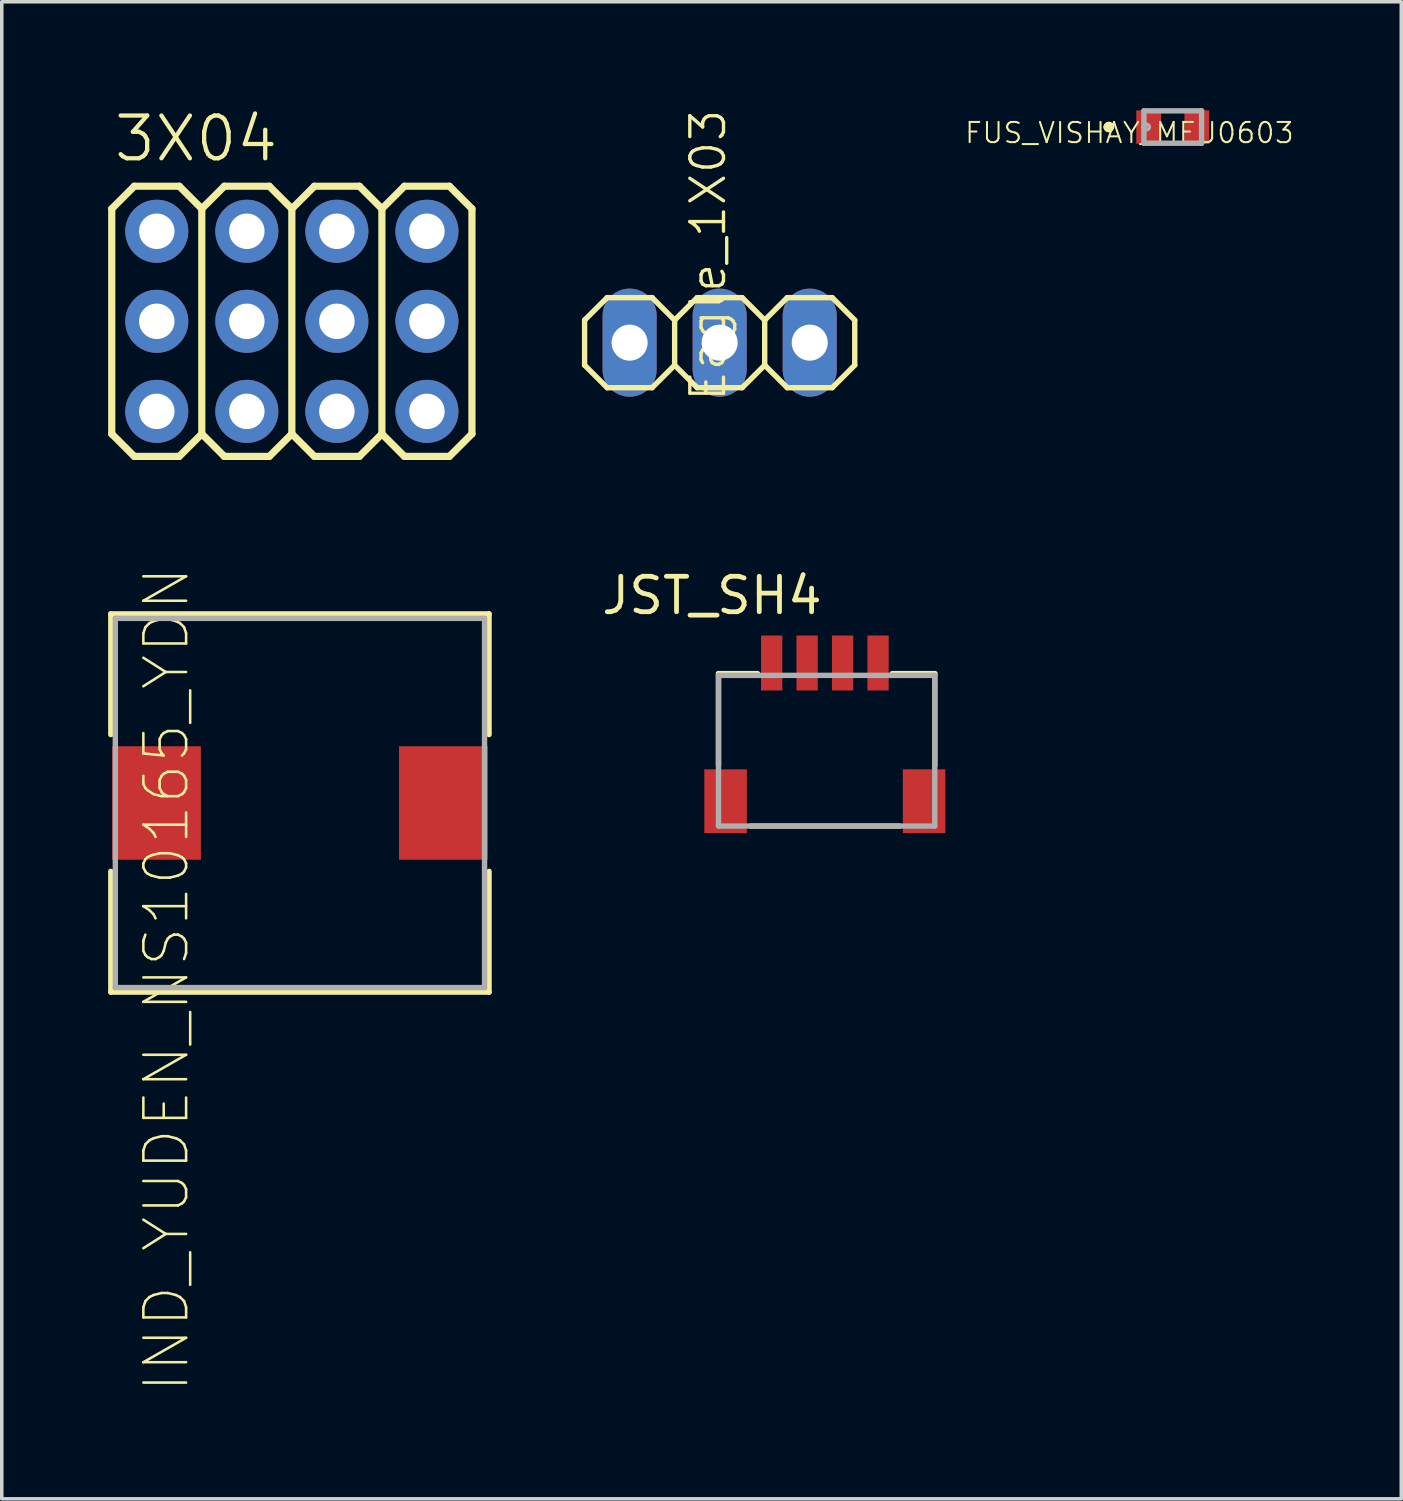
<source format=kicad_pcb>
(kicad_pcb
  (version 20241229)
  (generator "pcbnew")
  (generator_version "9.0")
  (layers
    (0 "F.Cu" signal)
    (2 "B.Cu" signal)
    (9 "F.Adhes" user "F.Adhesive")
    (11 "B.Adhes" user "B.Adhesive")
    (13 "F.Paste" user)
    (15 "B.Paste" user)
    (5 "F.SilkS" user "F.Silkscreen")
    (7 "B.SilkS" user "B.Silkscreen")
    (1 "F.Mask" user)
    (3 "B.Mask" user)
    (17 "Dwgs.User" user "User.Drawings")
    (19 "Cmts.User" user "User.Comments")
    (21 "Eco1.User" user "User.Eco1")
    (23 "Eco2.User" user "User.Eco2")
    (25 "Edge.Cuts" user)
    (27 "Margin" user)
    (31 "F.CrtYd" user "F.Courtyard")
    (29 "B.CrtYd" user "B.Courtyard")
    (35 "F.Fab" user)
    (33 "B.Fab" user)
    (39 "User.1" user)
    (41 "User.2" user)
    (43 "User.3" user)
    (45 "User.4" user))
  (footprint "3X04"
    (layer "F.Cu")
    (at 5.182 6.013)
    (property "Reference" "3X04" (at -5.08 -4.445 180) (layer "F.SilkS") (effects (font (size 1.206 1.206) (thickness 0.121)) (justify left bottom)))
    (attr through_hole)
    (fp_line (start -5.08 -3.175) (end -4.445 -3.81) (stroke (width 0.203) (type solid)) (layer "F.SilkS"))
    (fp_line (start -5.08 3.175) (end -5.08 -3.175) (stroke (width 0.203) (type solid)) (layer "F.SilkS"))
    (fp_line (start -5.08 3.175) (end -4.445 3.81) (stroke (width 0.203) (type solid)) (layer "F.SilkS"))
    (fp_line (start -4.445 -3.81) (end -3.175 -3.81) (stroke (width 0.203) (type solid)) (layer "F.SilkS"))
    (fp_line (start -4.445 3.81) (end -3.175 3.81) (stroke (width 0.203) (type solid)) (layer "F.SilkS"))
    (fp_line (start -3.175 -3.81) (end -2.54 -3.175) (stroke (width 0.203) (type solid)) (layer "F.SilkS"))
    (fp_line (start -3.175 3.81) (end -2.54 3.175) (stroke (width 0.203) (type solid)) (layer "F.SilkS"))
    (fp_line (start -2.54 -3.175) (end -2.54 3.175) (stroke (width 0.203) (type solid)) (layer "F.SilkS"))
    (fp_line (start -2.54 -3.175) (end -1.905 -3.81) (stroke (width 0.203) (type solid)) (layer "F.SilkS"))
    (fp_line (start -2.54 3.175) (end -1.905 3.81) (stroke (width 0.203) (type solid)) (layer "F.SilkS"))
    (fp_line (start -1.905 -3.81) (end -0.635 -3.81) (stroke (width 0.203) (type solid)) (layer "F.SilkS"))
    (fp_line (start -1.905 3.81) (end -0.635 3.81) (stroke (width 0.203) (type solid)) (layer "F.SilkS"))
    (fp_line (start -0.635 -3.81) (end 0 -3.175) (stroke (width 0.203) (type solid)) (layer "F.SilkS"))
    (fp_line (start -0.635 3.81) (end 0 3.175) (stroke (width 0.203) (type solid)) (layer "F.SilkS"))
    (fp_line (start 0 -3.175) (end 0 3.175) (stroke (width 0.203) (type solid)) (layer "F.SilkS"))
    (fp_line (start 0 -3.175) (end 0.635 -3.81) (stroke (width 0.203) (type solid)) (layer "F.SilkS"))
    (fp_line (start 0 3.175) (end 0.635 3.81) (stroke (width 0.203) (type solid)) (layer "F.SilkS"))
    (fp_line (start 0.635 -3.81) (end 1.905 -3.81) (stroke (width 0.203) (type solid)) (layer "F.SilkS"))
    (fp_line (start 0.635 3.81) (end 1.905 3.81) (stroke (width 0.203) (type solid)) (layer "F.SilkS"))
    (fp_line (start 1.905 -3.81) (end 2.54 -3.175) (stroke (width 0.203) (type solid)) (layer "F.SilkS"))
    (fp_line (start 1.905 3.81) (end 2.54 3.175) (stroke (width 0.203) (type solid)) (layer "F.SilkS"))
    (fp_line (start 2.54 -3.175) (end 2.54 3.175) (stroke (width 0.203) (type solid)) (layer "F.SilkS"))
    (fp_line (start 2.54 -3.175) (end 3.175 -3.81) (stroke (width 0.203) (type solid)) (layer "F.SilkS"))
    (fp_line (start 2.54 3.175) (end 3.175 3.81) (stroke (width 0.203) (type solid)) (layer "F.SilkS"))
    (fp_line (start 3.175 -3.81) (end 4.445 -3.81) (stroke (width 0.203) (type solid)) (layer "F.SilkS"))
    (fp_line (start 3.175 3.81) (end 4.445 3.81) (stroke (width 0.203) (type solid)) (layer "F.SilkS"))
    (fp_line (start 4.445 -3.81) (end 5.08 -3.175) (stroke (width 0.203) (type solid)) (layer "F.SilkS"))
    (fp_line (start 4.445 3.81) (end 5.08 3.175) (stroke (width 0.203) (type solid)) (layer "F.SilkS"))
    (fp_line (start 5.08 -3.175) (end 5.08 3.175) (stroke (width 0.203) (type solid)) (layer "F.SilkS"))
    (fp_poly (pts (xy -4.064 -2.286) (xy -3.556 -2.286) (xy -3.556 -2.794) (xy -4.064 -2.794)) (stroke (width 0.1) (type solid)) (fill no) (layer "F.Fab"))
    (fp_poly (pts (xy -4.064 0.254) (xy -3.556 0.254) (xy -3.556 -0.254) (xy -4.064 -0.254)) (stroke (width 0.1) (type solid)) (fill no) (layer "F.Fab"))
    (fp_poly (pts (xy -4.064 2.794) (xy -3.556 2.794) (xy -3.556 2.286) (xy -4.064 2.286)) (stroke (width 0.1) (type solid)) (fill no) (layer "F.Fab"))
    (fp_poly (pts (xy -1.524 -2.286) (xy -1.016 -2.286) (xy -1.016 -2.794) (xy -1.524 -2.794)) (stroke (width 0.1) (type solid)) (fill no) (layer "F.Fab"))
    (fp_poly (pts (xy -1.524 0.254) (xy -1.016 0.254) (xy -1.016 -0.254) (xy -1.524 -0.254)) (stroke (width 0.1) (type solid)) (fill no) (layer "F.Fab"))
    (fp_poly (pts (xy -1.524 2.794) (xy -1.016 2.794) (xy -1.016 2.286) (xy -1.524 2.286)) (stroke (width 0.1) (type solid)) (fill no) (layer "F.Fab"))
    (fp_poly (pts (xy 1.016 -2.286) (xy 1.524 -2.286) (xy 1.524 -2.794) (xy 1.016 -2.794)) (stroke (width 0.1) (type solid)) (fill no) (layer "F.Fab"))
    (fp_poly (pts (xy 1.016 0.254) (xy 1.524 0.254) (xy 1.524 -0.254) (xy 1.016 -0.254)) (stroke (width 0.1) (type solid)) (fill no) (layer "F.Fab"))
    (fp_poly (pts (xy 1.016 2.794) (xy 1.524 2.794) (xy 1.524 2.286) (xy 1.016 2.286)) (stroke (width 0.1) (type solid)) (fill no) (layer "F.Fab"))
    (fp_poly (pts (xy 3.556 -2.286) (xy 4.064 -2.286) (xy 4.064 -2.794) (xy 3.556 -2.794)) (stroke (width 0.1) (type solid)) (fill no) (layer "F.Fab"))
    (fp_poly (pts (xy 3.556 0.254) (xy 4.064 0.254) (xy 4.064 -0.254) (xy 3.556 -0.254)) (stroke (width 0.1) (type solid)) (fill no) (layer "F.Fab"))
    (fp_poly (pts (xy 3.556 2.794) (xy 4.064 2.794) (xy 4.064 2.286) (xy 3.556 2.286)) (stroke (width 0.1) (type solid)) (fill no) (layer "F.Fab"))
    (pad "1" thru_hole circle (at -3.81 2.54) (size 1.778 1.778) (drill 1) (layers "*.Cu" "*.Mask"))
    (pad "2" thru_hole circle (at -3.81 0) (size 1.778 1.778) (drill 1) (layers "*.Cu" "*.Mask"))
    (pad "3" thru_hole circle (at -3.81 -2.54) (size 1.778 1.778) (drill 1) (layers "*.Cu" "*.Mask"))
    (pad "4" thru_hole circle (at -1.27 2.54) (size 1.778 1.778) (drill 1) (layers "*.Cu" "*.Mask"))
    (pad "5" thru_hole circle (at -1.27 0) (size 1.778 1.778) (drill 1) (layers "*.Cu" "*.Mask"))
    (pad "6" thru_hole circle (at -1.27 -2.54) (size 1.778 1.778) (drill 1) (layers "*.Cu" "*.Mask"))
    (pad "7" thru_hole circle (at 1.27 2.54) (size 1.778 1.778) (drill 1) (layers "*.Cu" "*.Mask"))
    (pad "8" thru_hole circle (at 1.27 0) (size 1.778 1.778) (drill 1) (layers "*.Cu" "*.Mask"))
    (pad "9" thru_hole circle (at 1.27 -2.54) (size 1.778 1.778) (drill 1) (layers "*.Cu" "*.Mask"))
    (pad "10" thru_hole circle (at 3.81 2.54) (size 1.778 1.778) (drill 1) (layers "*.Cu" "*.Mask"))
    (pad "11" thru_hole circle (at 3.81 0) (size 1.778 1.778) (drill 1) (layers "*.Cu" "*.Mask"))
    (pad "12" thru_hole circle (at 3.81 -2.54) (size 1.778 1.778) (drill 1) (layers "*.Cu" "*.Mask")))
  (footprint "FUS_VISHAY_MFU0603"
    (layer "F.Cu")
    (at 30.029 0.533)
    (property "Reference" "FUS_VISHAY_MFU0603" (at -1.223 0.165 180) (layer "F.SilkS") (effects (font (size 0.57 0.57) (thickness 0.057))))
    (attr through_hole)
    (fp_arc (start -1.8796 0) (mid -1.8034 -0.0762) (end -1.7272 0) (stroke (width 0.1524) (type solid)) (layer "F.SilkS"))
    (fp_arc (start -1.7272 0) (mid -1.8034 0.0762) (end -1.8796 0) (stroke (width 0.1524) (type solid)) (layer "F.SilkS"))
    (fp_line (start -0.813 -0.457) (end -0.813 0) (stroke (width 0.152) (type solid)) (layer "F.Fab"))
    (fp_line (start -0.813 0) (end -0.813 0.457) (stroke (width 0.152) (type solid)) (layer "F.Fab"))
    (fp_line (start -0.813 0.457) (end 0.813 0.457) (stroke (width 0.152) (type solid)) (layer "F.Fab"))
    (fp_line (start 0.813 -0.457) (end -0.813 -0.457) (stroke (width 0.152) (type solid)) (layer "F.Fab"))
    (fp_line (start 0.813 0.457) (end 0.813 -0.457) (stroke (width 0.152) (type solid)) (layer "F.Fab"))
    (fp_arc (start -0.8128 0) (mid -0.7366 -0.0762) (end -0.6604 0) (stroke (width 0.1) (type solid)) (layer "F.Fab"))
    (fp_arc (start -0.6604 0) (mid -0.7366 0.0762) (end -0.8128 0) (stroke (width 0.1) (type solid)) (layer "F.Fab"))
    (pad "1" smd rect (at -0.679 0) (size 0.699 0.94) (layers "F.Cu" "F.Mask" "F.Paste"))
    (pad "2" smd rect (at 0.679 0) (size 0.699 0.94) (layers "F.Cu" "F.Mask" "F.Paste")))
  (footprint "Eagle_1X03"
    (layer "F.Cu")
    (at 17.249 6.615)
    (property "Reference" "Eagle_1X03" (at 0.229 1.714 270) (layer "F.SilkS") (effects (font (size 0.95 0.95) (thickness 0.095)) (justify left bottom)))
    (attr through_hole)
    (fp_line (start -3.81 -0.635) (end -3.81 0.635) (stroke (width 0.152) (type solid)) (layer "F.SilkS"))
    (fp_line (start -3.81 0.635) (end -3.175 1.27) (stroke (width 0.152) (type solid)) (layer "F.SilkS"))
    (fp_line (start -3.175 -1.27) (end -3.81 -0.635) (stroke (width 0.152) (type solid)) (layer "F.SilkS"))
    (fp_line (start -3.175 -1.27) (end -1.905 -1.27) (stroke (width 0.152) (type solid)) (layer "F.SilkS"))
    (fp_line (start -1.905 -1.27) (end -1.27 -0.635) (stroke (width 0.152) (type solid)) (layer "F.SilkS"))
    (fp_line (start -1.905 1.27) (end -3.175 1.27) (stroke (width 0.152) (type solid)) (layer "F.SilkS"))
    (fp_line (start -1.27 -0.635) (end -1.27 0.635) (stroke (width 0.152) (type solid)) (layer "F.SilkS"))
    (fp_line (start -1.27 -0.635) (end -0.635 -1.27) (stroke (width 0.152) (type solid)) (layer "F.SilkS"))
    (fp_line (start -1.27 0.635) (end -1.905 1.27) (stroke (width 0.152) (type solid)) (layer "F.SilkS"))
    (fp_line (start -0.635 -1.27) (end 0.635 -1.27) (stroke (width 0.152) (type solid)) (layer "F.SilkS"))
    (fp_line (start -0.635 1.27) (end -1.27 0.635) (stroke (width 0.152) (type solid)) (layer "F.SilkS"))
    (fp_line (start 0.635 -1.27) (end 1.27 -0.635) (stroke (width 0.152) (type solid)) (layer "F.SilkS"))
    (fp_line (start 0.635 1.27) (end -0.635 1.27) (stroke (width 0.152) (type solid)) (layer "F.SilkS"))
    (fp_line (start 1.27 -0.635) (end 1.27 0.635) (stroke (width 0.152) (type solid)) (layer "F.SilkS"))
    (fp_line (start 1.27 -0.635) (end 1.905 -1.27) (stroke (width 0.152) (type solid)) (layer "F.SilkS"))
    (fp_line (start 1.27 0.635) (end 0.635 1.27) (stroke (width 0.152) (type solid)) (layer "F.SilkS"))
    (fp_line (start 1.905 -1.27) (end 3.175 -1.27) (stroke (width 0.152) (type solid)) (layer "F.SilkS"))
    (fp_line (start 1.905 1.27) (end 1.27 0.635) (stroke (width 0.152) (type solid)) (layer "F.SilkS"))
    (fp_line (start 3.175 -1.27) (end 3.81 -0.635) (stroke (width 0.152) (type solid)) (layer "F.SilkS"))
    (fp_line (start 3.175 1.27) (end 1.905 1.27) (stroke (width 0.152) (type solid)) (layer "F.SilkS"))
    (fp_line (start 3.81 -0.635) (end 3.81 0.635) (stroke (width 0.152) (type solid)) (layer "F.SilkS"))
    (fp_line (start 3.81 0.635) (end 3.175 1.27) (stroke (width 0.152) (type solid)) (layer "F.SilkS"))
    (fp_poly (pts (xy -2.794 0.254) (xy -2.286 0.254) (xy -2.286 -0.254) (xy -2.794 -0.254)) (stroke (width 0.1) (type solid)) (fill no) (layer "F.Fab"))
    (fp_poly (pts (xy -0.254 0.254) (xy 0.254 0.254) (xy 0.254 -0.254) (xy -0.254 -0.254)) (stroke (width 0.1) (type solid)) (fill no) (layer "F.Fab"))
    (fp_poly (pts (xy 2.286 0.254) (xy 2.794 0.254) (xy 2.794 -0.254) (xy 2.286 -0.254)) (stroke (width 0.1) (type solid)) (fill no) (layer "F.Fab"))
    (pad "1" thru_hole oval (at -2.54 0 90) (size 3.048 1.524) (drill 1.016) (layers "*.Cu" "*.Mask"))
    (pad "2" thru_hole oval (at 0 0 90) (size 3.048 1.524) (drill 1.016) (layers "*.Cu" "*.Mask"))
    (pad "3" thru_hole oval (at 2.54 0 90) (size 3.048 1.524) (drill 1.016) (layers "*.Cu" "*.Mask")))
  (footprint "JST_SH4"
    (layer "F.Cu")
    (at 20.216 18.164)
    (property "Reference" "JST_SH4" (at 0 -5 180) (layer "F.SilkS") (effects (font (size 1 1) (thickness 0.135)) (justify right top)))
    (attr through_hole)
    (fp_line (start -3 -2.214) (end -1.9 -2.214) (stroke (width 0.152) (type solid)) (layer "F.SilkS"))
    (fp_line (start -3 0.386) (end -3 -2.214) (stroke (width 0.152) (type solid)) (layer "F.SilkS"))
    (fp_line (start -2.1 2.086) (end 2.1 2.086) (stroke (width 0.152) (type solid)) (layer "F.SilkS"))
    (fp_line (start 1.9 -2.214) (end 3.1 -2.214) (stroke (width 0.152) (type solid)) (layer "F.SilkS"))
    (fp_line (start 3.1 -2.214) (end 3.1 0.386) (stroke (width 0.152) (type solid)) (layer "F.SilkS"))
    (fp_line (start -3 -2.164) (end 3.1 -2.164) (stroke (width 0.152) (type solid)) (layer "F.Fab"))
    (fp_line (start -3 2.086) (end -3 -2.164) (stroke (width 0.152) (type solid)) (layer "F.Fab"))
    (fp_line (start 3.1 -2.164) (end 3.1 2.086) (stroke (width 0.152) (type solid)) (layer "F.Fab"))
    (fp_line (start 3.1 2.086) (end -3 2.086) (stroke (width 0.152) (type solid)) (layer "F.Fab"))
    (pad "1" smd rect (at -1.5 -2.514 90) (size 1.55 0.6) (layers "F.Cu" "F.Mask" "F.Paste"))
    (pad "2" smd rect (at -0.5 -2.514 90) (size 1.55 0.6) (layers "F.Cu" "F.Mask" "F.Paste"))
    (pad "3" smd rect (at 0.5 -2.514 90) (size 1.55 0.6) (layers "F.Cu" "F.Mask" "F.Paste"))
    (pad "4" smd rect (at 1.5 -2.514 90) (size 1.55 0.6) (layers "F.Cu" "F.Mask" "F.Paste"))
    (pad "MT1" smd rect (at -2.8 1.386 90) (size 1.8 1.2) (layers "F.Cu" "F.Mask" "F.Paste"))
    (pad "MT2" smd rect (at 2.8 1.386 90) (size 1.8 1.2) (layers "F.Cu" "F.Mask" "F.Paste")))
  (footprint "IND_YUDEN_NS10165_YDN"
    (layer "F.Cu")
    (at 5.41 19.599)
    (property "Reference" "IND_YUDEN_NS10165_YDN" (at -3.765 4.977 90) (layer "F.SilkS") (effects (font (size 1.206 1.206) (thickness 0.072))))
    (attr through_hole)
    (fp_line (start -5.334 -5.334) (end -5.334 -1.93) (stroke (width 0.152) (type solid)) (layer "F.SilkS"))
    (fp_line (start -5.334 1.93) (end -5.334 5.334) (stroke (width 0.152) (type solid)) (layer "F.SilkS"))
    (fp_line (start -5.334 5.334) (end 5.334 5.334) (stroke (width 0.152) (type solid)) (layer "F.SilkS"))
    (fp_line (start 5.334 -5.334) (end -5.334 -5.334) (stroke (width 0.152) (type solid)) (layer "F.SilkS"))
    (fp_line (start 5.334 -1.93) (end 5.334 -5.334) (stroke (width 0.152) (type solid)) (layer "F.SilkS"))
    (fp_line (start 5.334 5.334) (end 5.334 1.93) (stroke (width 0.152) (type solid)) (layer "F.SilkS"))
    (fp_line (start -5.207 -5.207) (end -5.207 5.207) (stroke (width 0.152) (type solid)) (layer "F.Fab"))
    (fp_line (start -5.207 5.207) (end 5.207 5.207) (stroke (width 0.152) (type solid)) (layer "F.Fab"))
    (fp_line (start 5.207 -5.207) (end -5.207 -5.207) (stroke (width 0.152) (type solid)) (layer "F.Fab"))
    (fp_line (start 5.207 5.207) (end 5.207 -5.207) (stroke (width 0.152) (type solid)) (layer "F.Fab"))
    (pad "1" smd rect (at -4.045 0) (size 2.502 3.2) (layers "F.Cu" "F.Mask" "F.Paste"))
    (pad "2" smd rect (at 4.045 0) (size 2.502 3.2) (layers "F.Cu" "F.Mask" "F.Paste")))
  (gr_rect
    (start -3 -3)
    (end 36.475 39.227)
    (stroke (width 0.1) (type default))
    (fill no)
    (layer "Edge.Cuts")))
</source>
